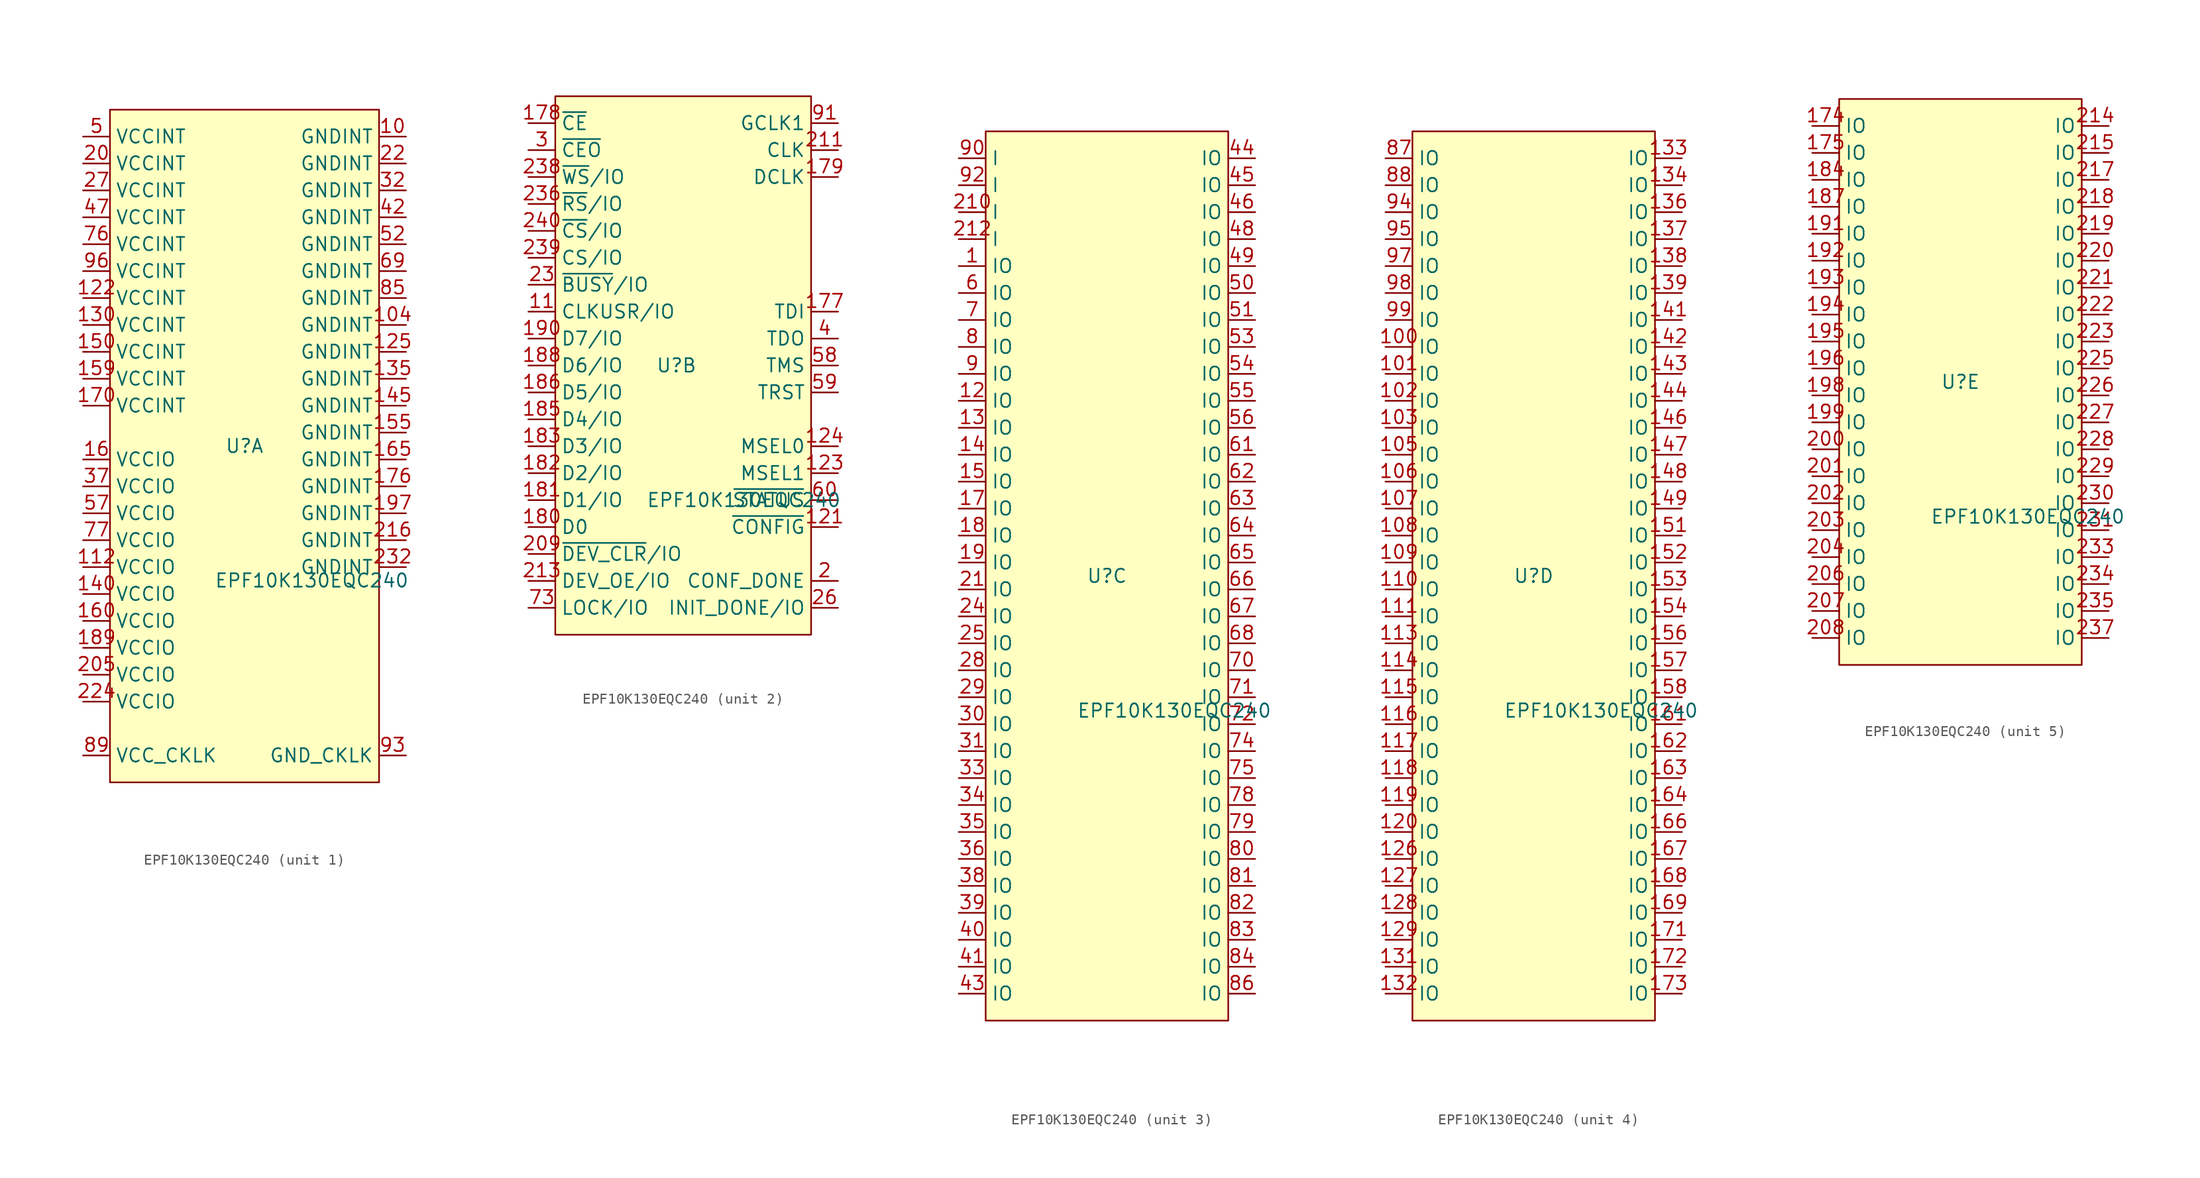
<source format=kicad_sym>
(kicad_symbol_lib
  (version 20220914)
  (generator kicad_symbol_editor)
  (symbol "EPF10K130EQC240"
    (property "Reference" "U"
      (at 0 0 0)
      (effects (font (size 1.27 1.27))))
    (property "Value" "EPF10K130EQC240"
      (at 6.35 -12.7 0)
      (effects (font (size 1.27 1.27))))
    (symbol "EPF10K130EQC240_1_1"
      (rectangle (start -12.7 31.75) (end 12.7 -31.75) (stroke (width 0) (type default)) (fill (type background)))
      (pin power_in line (at 15.24 29.21 180) (length 2.54) (name "GNDINT" (effects (font (size 1.27 1.27)))) (number "10" (effects (font (size 1.27 1.27)))))
      (pin power_in line (at 15.24 11.43 180) (length 2.54) (name "GNDINT" (effects (font (size 1.27 1.27)))) (number "104" (effects (font (size 1.27 1.27)))))
      (pin power_in line (at -15.24 -11.43 0) (length 2.54) (name "VCCIO" (effects (font (size 1.27 1.27)))) (number "112" (effects (font (size 1.27 1.27)))))
      (pin power_in line (at -15.24 13.97 0) (length 2.54) (name "VCCINT" (effects (font (size 1.27 1.27)))) (number "122" (effects (font (size 1.27 1.27)))))
      (pin power_in line (at 15.24 8.89 180) (length 2.54) (name "GNDINT" (effects (font (size 1.27 1.27)))) (number "125" (effects (font (size 1.27 1.27)))))
      (pin power_in line (at -15.24 11.43 0) (length 2.54) (name "VCCINT" (effects (font (size 1.27 1.27)))) (number "130" (effects (font (size 1.27 1.27)))))
      (pin power_in line (at 15.24 6.35 180) (length 2.54) (name "GNDINT" (effects (font (size 1.27 1.27)))) (number "135" (effects (font (size 1.27 1.27)))))
      (pin power_in line (at -15.24 -13.97 0) (length 2.54) (name "VCCIO" (effects (font (size 1.27 1.27)))) (number "140" (effects (font (size 1.27 1.27)))))
      (pin power_in line (at 15.24 3.81 180) (length 2.54) (name "GNDINT" (effects (font (size 1.27 1.27)))) (number "145" (effects (font (size 1.27 1.27)))))
      (pin power_in line (at -15.24 8.89 0) (length 2.54) (name "VCCINT" (effects (font (size 1.27 1.27)))) (number "150" (effects (font (size 1.27 1.27)))))
      (pin power_in line (at 15.24 1.27 180) (length 2.54) (name "GNDINT" (effects (font (size 1.27 1.27)))) (number "155" (effects (font (size 1.27 1.27)))))
      (pin power_in line (at -15.24 6.35 0) (length 2.54) (name "VCCINT" (effects (font (size 1.27 1.27)))) (number "159" (effects (font (size 1.27 1.27)))))
      (pin power_in line (at -15.24 -1.27 0) (length 2.54) (name "VCCIO" (effects (font (size 1.27 1.27)))) (number "16" (effects (font (size 1.27 1.27)))))
      (pin power_in line (at -15.24 -16.51 0) (length 2.54) (name "VCCIO" (effects (font (size 1.27 1.27)))) (number "160" (effects (font (size 1.27 1.27)))))
      (pin power_in line (at 15.24 -1.27 180) (length 2.54) (name "GNDINT" (effects (font (size 1.27 1.27)))) (number "165" (effects (font (size 1.27 1.27)))))
      (pin power_in line (at -15.24 3.81 0) (length 2.54) (name "VCCINT" (effects (font (size 1.27 1.27)))) (number "170" (effects (font (size 1.27 1.27)))))
      (pin power_in line (at 15.24 -3.81 180) (length 2.54) (name "GNDINT" (effects (font (size 1.27 1.27)))) (number "176" (effects (font (size 1.27 1.27)))))
      (pin power_in line (at -15.24 -19.05 0) (length 2.54) (name "VCCIO" (effects (font (size 1.27 1.27)))) (number "189" (effects (font (size 1.27 1.27)))))
      (pin power_in line (at 15.24 -6.35 180) (length 2.54) (name "GNDINT" (effects (font (size 1.27 1.27)))) (number "197" (effects (font (size 1.27 1.27)))))
      (pin power_in line (at -15.24 26.67 0) (length 2.54) (name "VCCINT" (effects (font (size 1.27 1.27)))) (number "20" (effects (font (size 1.27 1.27)))))
      (pin power_in line (at -15.24 -21.59 0) (length 2.54) (name "VCCIO" (effects (font (size 1.27 1.27)))) (number "205" (effects (font (size 1.27 1.27)))))
      (pin power_in line (at 15.24 -8.89 180) (length 2.54) (name "GNDINT" (effects (font (size 1.27 1.27)))) (number "216" (effects (font (size 1.27 1.27)))))
      (pin power_in line (at 15.24 26.67 180) (length 2.54) (name "GNDINT" (effects (font (size 1.27 1.27)))) (number "22" (effects (font (size 1.27 1.27)))))
      (pin power_in line (at -15.24 -24.13 0) (length 2.54) (name "VCCIO" (effects (font (size 1.27 1.27)))) (number "224" (effects (font (size 1.27 1.27)))))
      (pin power_in line (at 15.24 -11.43 180) (length 2.54) (name "GNDINT" (effects (font (size 1.27 1.27)))) (number "232" (effects (font (size 1.27 1.27)))))
      (pin power_in line (at -15.24 24.13 0) (length 2.54) (name "VCCINT" (effects (font (size 1.27 1.27)))) (number "27" (effects (font (size 1.27 1.27)))))
      (pin power_in line (at 15.24 24.13 180) (length 2.54) (name "GNDINT" (effects (font (size 1.27 1.27)))) (number "32" (effects (font (size 1.27 1.27)))))
      (pin power_in line (at -15.24 -3.81 0) (length 2.54) (name "VCCIO" (effects (font (size 1.27 1.27)))) (number "37" (effects (font (size 1.27 1.27)))))
      (pin power_in line (at 15.24 21.59 180) (length 2.54) (name "GNDINT" (effects (font (size 1.27 1.27)))) (number "42" (effects (font (size 1.27 1.27)))))
      (pin power_in line (at -15.24 21.59 0) (length 2.54) (name "VCCINT" (effects (font (size 1.27 1.27)))) (number "47" (effects (font (size 1.27 1.27)))))
      (pin power_in line (at -15.24 29.21 0) (length 2.54) (name "VCCINT" (effects (font (size 1.27 1.27)))) (number "5" (effects (font (size 1.27 1.27)))))
      (pin power_in line (at 15.24 19.05 180) (length 2.54) (name "GNDINT" (effects (font (size 1.27 1.27)))) (number "52" (effects (font (size 1.27 1.27)))))
      (pin power_in line (at -15.24 -6.35 0) (length 2.54) (name "VCCIO" (effects (font (size 1.27 1.27)))) (number "57" (effects (font (size 1.27 1.27)))))
      (pin power_in line (at 15.24 16.51 180) (length 2.54) (name "GNDINT" (effects (font (size 1.27 1.27)))) (number "69" (effects (font (size 1.27 1.27)))))
      (pin power_in line (at -15.24 19.05 0) (length 2.54) (name "VCCINT" (effects (font (size 1.27 1.27)))) (number "76" (effects (font (size 1.27 1.27)))))
      (pin power_in line (at -15.24 -8.89 0) (length 2.54) (name "VCCIO" (effects (font (size 1.27 1.27)))) (number "77" (effects (font (size 1.27 1.27)))))
      (pin power_in line (at 15.24 13.97 180) (length 2.54) (name "GNDINT" (effects (font (size 1.27 1.27)))) (number "85" (effects (font (size 1.27 1.27)))))
      (pin output line (at -15.24 -29.21 0) (length 2.54) (name "VCC_CKLK" (effects (font (size 1.27 1.27)))) (number "89" (effects (font (size 1.27 1.27)))))
      (pin power_in line (at 15.24 -29.21 180) (length 2.54) (name "GND_CKLK" (effects (font (size 1.27 1.27)))) (number "93" (effects (font (size 1.27 1.27)))))
      (pin power_in line (at -15.24 16.51 0) (length 2.54) (name "VCCINT" (effects (font (size 1.27 1.27)))) (number "96" (effects (font (size 1.27 1.27))))))
    (symbol "EPF10K130EQC240_2_1"
      (rectangle (start -11.43 25.4) (end 12.7 -25.4) (stroke (width 0) (type default)) (fill (type background)))
      (pin output line (at -13.97 5.08 0) (length 2.54) (name "CLKUSR/IO" (effects (font (size 1.27 1.27)))) (number "11" (effects (font (size 1.27 1.27)))))
      (pin input line (at 15.24 -15.24 180) (length 2.54) (name "~{CONFIG}" (effects (font (size 1.27 1.27)))) (number "121" (effects (font (size 1.27 1.27)))))
      (pin input line (at 15.24 -10.16 180) (length 2.54) (name "MSEL1" (effects (font (size 1.27 1.27)))) (number "123" (effects (font (size 1.27 1.27)))))
      (pin input line (at 15.24 -7.62 180) (length 2.54) (name "MSEL0" (effects (font (size 1.27 1.27)))) (number "124" (effects (font (size 1.27 1.27)))))
      (pin input line (at 15.24 5.08 180) (length 2.54) (name "TDI" (effects (font (size 1.27 1.27)))) (number "177" (effects (font (size 1.27 1.27)))))
      (pin input line (at -13.97 22.86 0) (length 2.54) (name "~{CE}" (effects (font (size 1.27 1.27)))) (number "178" (effects (font (size 1.27 1.27)))))
      (pin input line (at 15.24 17.78 180) (length 2.54) (name "DCLK" (effects (font (size 1.27 1.27)))) (number "179" (effects (font (size 1.27 1.27)))))
      (pin bidirectional line (at -13.97 -15.24 0) (length 2.54) (name "D0" (effects (font (size 1.27 1.27)))) (number "180" (effects (font (size 1.27 1.27)))))
      (pin input line (at -13.97 -12.7 0) (length 2.54) (name "D1/IO" (effects (font (size 1.27 1.27)))) (number "181" (effects (font (size 1.27 1.27)))))
      (pin bidirectional line (at -13.97 -10.16 0) (length 2.54) (name "D2/IO" (effects (font (size 1.27 1.27)))) (number "182" (effects (font (size 1.27 1.27)))))
      (pin input line (at -13.97 -7.62 0) (length 2.54) (name "D3/IO" (effects (font (size 1.27 1.27)))) (number "183" (effects (font (size 1.27 1.27)))))
      (pin bidirectional line (at -13.97 -5.08 0) (length 2.54) (name "D4/IO" (effects (font (size 1.27 1.27)))) (number "185" (effects (font (size 1.27 1.27)))))
      (pin bidirectional line (at -13.97 -2.54 0) (length 2.54) (name "D5/IO" (effects (font (size 1.27 1.27)))) (number "186" (effects (font (size 1.27 1.27)))))
      (pin bidirectional line (at -13.97 0 0) (length 2.54) (name "D6/IO" (effects (font (size 1.27 1.27)))) (number "188" (effects (font (size 1.27 1.27)))))
      (pin bidirectional line (at -13.97 2.54 0) (length 2.54) (name "D7/IO" (effects (font (size 1.27 1.27)))) (number "190" (effects (font (size 1.27 1.27)))))
      (pin output line (at 15.24 -20.32 180) (length 2.54) (name "CONF_DONE" (effects (font (size 1.27 1.27)))) (number "2" (effects (font (size 1.27 1.27)))))
      (pin bidirectional line (at -13.97 -17.78 0) (length 2.54) (name "~{DEV_CLR}/IO" (effects (font (size 1.27 1.27)))) (number "209" (effects (font (size 1.27 1.27)))))
      (pin input line (at 15.24 20.32 180) (length 2.54) (name "CLK" (effects (font (size 1.27 1.27)))) (number "211" (effects (font (size 1.27 1.27)))))
      (pin bidirectional line (at -13.97 -20.32 0) (length 2.54) (name "DEV_OE/IO" (effects (font (size 1.27 1.27)))) (number "213" (effects (font (size 1.27 1.27)))))
      (pin output line (at -13.97 7.62 0) (length 2.54) (name "~{BUSY}/IO" (effects (font (size 1.27 1.27)))) (number "23" (effects (font (size 1.27 1.27)))))
      (pin bidirectional line (at -13.97 15.24 0) (length 2.54) (name "~{RS}/IO" (effects (font (size 1.27 1.27)))) (number "236" (effects (font (size 1.27 1.27)))))
      (pin bidirectional line (at -13.97 17.78 0) (length 2.54) (name "~{WS}/IO" (effects (font (size 1.27 1.27)))) (number "238" (effects (font (size 1.27 1.27)))))
      (pin bidirectional line (at -13.97 10.16 0) (length 2.54) (name "CS/IO" (effects (font (size 1.27 1.27)))) (number "239" (effects (font (size 1.27 1.27)))))
      (pin bidirectional line (at -13.97 12.7 0) (length 2.54) (name "~{CS}/IO" (effects (font (size 1.27 1.27)))) (number "240" (effects (font (size 1.27 1.27)))))
      (pin output line (at 15.24 -22.86 180) (length 2.54) (name "INIT_DONE/IO" (effects (font (size 1.27 1.27)))) (number "26" (effects (font (size 1.27 1.27)))))
      (pin output line (at -13.97 20.32 0) (length 2.54) (name "~{CEO}" (effects (font (size 1.27 1.27)))) (number "3" (effects (font (size 1.27 1.27)))))
      (pin output line (at 15.24 2.54 180) (length 2.54) (name "TDO" (effects (font (size 1.27 1.27)))) (number "4" (effects (font (size 1.27 1.27)))))
      (pin output line (at 15.24 0 180) (length 2.54) (name "TMS" (effects (font (size 1.27 1.27)))) (number "58" (effects (font (size 1.27 1.27)))))
      (pin output line (at 15.24 -2.54 180) (length 2.54) (name "TRST" (effects (font (size 1.27 1.27)))) (number "59" (effects (font (size 1.27 1.27)))))
      (pin output line (at 15.24 -12.7 180) (length 2.54) (name "~{STATUS}" (effects (font (size 1.27 1.27)))) (number "60" (effects (font (size 1.27 1.27)))))
      (pin output line (at -13.97 -22.86 0) (length 2.54) (name "LOCK/IO" (effects (font (size 1.27 1.27)))) (number "73" (effects (font (size 1.27 1.27)))))
      (pin output line (at 15.24 22.86 180) (length 2.54) (name "GCLK1" (effects (font (size 1.27 1.27)))) (number "91" (effects (font (size 1.27 1.27))))))
    (symbol "EPF10K130EQC240_3_0"
      (pin bidirectional line (at -13.97 29.21 0) (length 2.54) (name "IO" (effects (font (size 1.27 1.27)))) (number "1" (effects (font (size 1.27 1.27)))))
      (pin bidirectional line (at -13.97 16.51 0) (length 2.54) (name "IO" (effects (font (size 1.27 1.27)))) (number "12" (effects (font (size 1.27 1.27)))))
      (pin bidirectional line (at -13.97 13.97 0) (length 2.54) (name "IO" (effects (font (size 1.27 1.27)))) (number "13" (effects (font (size 1.27 1.27)))))
      (pin bidirectional line (at -13.97 11.43 0) (length 2.54) (name "IO" (effects (font (size 1.27 1.27)))) (number "14" (effects (font (size 1.27 1.27)))))
      (pin bidirectional line (at -13.97 8.89 0) (length 2.54) (name "IO" (effects (font (size 1.27 1.27)))) (number "15" (effects (font (size 1.27 1.27)))))
      (pin bidirectional line (at -13.97 6.35 0) (length 2.54) (name "IO" (effects (font (size 1.27 1.27)))) (number "17" (effects (font (size 1.27 1.27)))))
      (pin bidirectional line (at -13.97 3.81 0) (length 2.54) (name "IO" (effects (font (size 1.27 1.27)))) (number "18" (effects (font (size 1.27 1.27)))))
      (pin bidirectional line (at -13.97 1.27 0) (length 2.54) (name "IO" (effects (font (size 1.27 1.27)))) (number "19" (effects (font (size 1.27 1.27)))))
      (pin bidirectional line (at -13.97 -1.27 0) (length 2.54) (name "IO" (effects (font (size 1.27 1.27)))) (number "21" (effects (font (size 1.27 1.27)))))
      (pin bidirectional line (at -13.97 -3.81 0) (length 2.54) (name "IO" (effects (font (size 1.27 1.27)))) (number "24" (effects (font (size 1.27 1.27)))))
      (pin bidirectional line (at -13.97 -6.35 0) (length 2.54) (name "IO" (effects (font (size 1.27 1.27)))) (number "25" (effects (font (size 1.27 1.27)))))
      (pin bidirectional line (at -13.97 -8.89 0) (length 2.54) (name "IO" (effects (font (size 1.27 1.27)))) (number "28" (effects (font (size 1.27 1.27)))))
      (pin bidirectional line (at -13.97 -11.43 0) (length 2.54) (name "IO" (effects (font (size 1.27 1.27)))) (number "29" (effects (font (size 1.27 1.27)))))
      (pin bidirectional line (at -13.97 -13.97 0) (length 2.54) (name "IO" (effects (font (size 1.27 1.27)))) (number "30" (effects (font (size 1.27 1.27)))))
      (pin bidirectional line (at -13.97 -16.51 0) (length 2.54) (name "IO" (effects (font (size 1.27 1.27)))) (number "31" (effects (font (size 1.27 1.27)))))
      (pin bidirectional line (at -13.97 -19.05 0) (length 2.54) (name "IO" (effects (font (size 1.27 1.27)))) (number "33" (effects (font (size 1.27 1.27)))))
      (pin bidirectional line (at -13.97 -21.59 0) (length 2.54) (name "IO" (effects (font (size 1.27 1.27)))) (number "34" (effects (font (size 1.27 1.27)))))
      (pin bidirectional line (at -13.97 -24.13 0) (length 2.54) (name "IO" (effects (font (size 1.27 1.27)))) (number "35" (effects (font (size 1.27 1.27)))))
      (pin bidirectional line (at -13.97 -26.67 0) (length 2.54) (name "IO" (effects (font (size 1.27 1.27)))) (number "36" (effects (font (size 1.27 1.27)))))
      (pin bidirectional line (at -13.97 -29.21 0) (length 2.54) (name "IO" (effects (font (size 1.27 1.27)))) (number "38" (effects (font (size 1.27 1.27)))))
      (pin bidirectional line (at -13.97 -31.75 0) (length 2.54) (name "IO" (effects (font (size 1.27 1.27)))) (number "39" (effects (font (size 1.27 1.27)))))
      (pin bidirectional line (at -13.97 -34.29 0) (length 2.54) (name "IO" (effects (font (size 1.27 1.27)))) (number "40" (effects (font (size 1.27 1.27)))))
      (pin bidirectional line (at -13.97 -36.83 0) (length 2.54) (name "IO" (effects (font (size 1.27 1.27)))) (number "41" (effects (font (size 1.27 1.27)))))
      (pin bidirectional line (at -13.97 -39.37 0) (length 2.54) (name "IO" (effects (font (size 1.27 1.27)))) (number "43" (effects (font (size 1.27 1.27)))))
      (pin bidirectional line (at 13.97 39.37 180) (length 2.54) (name "IO" (effects (font (size 1.27 1.27)))) (number "44" (effects (font (size 1.27 1.27)))))
      (pin bidirectional line (at 13.97 36.83 180) (length 2.54) (name "IO" (effects (font (size 1.27 1.27)))) (number "45" (effects (font (size 1.27 1.27)))))
      (pin bidirectional line (at 13.97 34.29 180) (length 2.54) (name "IO" (effects (font (size 1.27 1.27)))) (number "46" (effects (font (size 1.27 1.27)))))
      (pin bidirectional line (at 13.97 31.75 180) (length 2.54) (name "IO" (effects (font (size 1.27 1.27)))) (number "48" (effects (font (size 1.27 1.27)))))
      (pin bidirectional line (at 13.97 29.21 180) (length 2.54) (name "IO" (effects (font (size 1.27 1.27)))) (number "49" (effects (font (size 1.27 1.27)))))
      (pin bidirectional line (at 13.97 26.67 180) (length 2.54) (name "IO" (effects (font (size 1.27 1.27)))) (number "50" (effects (font (size 1.27 1.27)))))
      (pin bidirectional line (at 13.97 24.13 180) (length 2.54) (name "IO" (effects (font (size 1.27 1.27)))) (number "51" (effects (font (size 1.27 1.27)))))
      (pin bidirectional line (at 13.97 21.59 180) (length 2.54) (name "IO" (effects (font (size 1.27 1.27)))) (number "53" (effects (font (size 1.27 1.27)))))
      (pin bidirectional line (at 13.97 19.05 180) (length 2.54) (name "IO" (effects (font (size 1.27 1.27)))) (number "54" (effects (font (size 1.27 1.27)))))
      (pin bidirectional line (at 13.97 16.51 180) (length 2.54) (name "IO" (effects (font (size 1.27 1.27)))) (number "55" (effects (font (size 1.27 1.27)))))
      (pin bidirectional line (at 13.97 13.97 180) (length 2.54) (name "IO" (effects (font (size 1.27 1.27)))) (number "56" (effects (font (size 1.27 1.27)))))
      (pin bidirectional line (at -13.97 26.67 0) (length 2.54) (name "IO" (effects (font (size 1.27 1.27)))) (number "6" (effects (font (size 1.27 1.27)))))
      (pin bidirectional line (at 13.97 11.43 180) (length 2.54) (name "IO" (effects (font (size 1.27 1.27)))) (number "61" (effects (font (size 1.27 1.27)))))
      (pin bidirectional line (at 13.97 8.89 180) (length 2.54) (name "IO" (effects (font (size 1.27 1.27)))) (number "62" (effects (font (size 1.27 1.27)))))
      (pin bidirectional line (at 13.97 6.35 180) (length 2.54) (name "IO" (effects (font (size 1.27 1.27)))) (number "63" (effects (font (size 1.27 1.27)))))
      (pin bidirectional line (at 13.97 3.81 180) (length 2.54) (name "IO" (effects (font (size 1.27 1.27)))) (number "64" (effects (font (size 1.27 1.27)))))
      (pin bidirectional line (at 13.97 1.27 180) (length 2.54) (name "IO" (effects (font (size 1.27 1.27)))) (number "65" (effects (font (size 1.27 1.27)))))
      (pin bidirectional line (at 13.97 -1.27 180) (length 2.54) (name "IO" (effects (font (size 1.27 1.27)))) (number "66" (effects (font (size 1.27 1.27)))))
      (pin bidirectional line (at 13.97 -3.81 180) (length 2.54) (name "IO" (effects (font (size 1.27 1.27)))) (number "67" (effects (font (size 1.27 1.27)))))
      (pin bidirectional line (at 13.97 -6.35 180) (length 2.54) (name "IO" (effects (font (size 1.27 1.27)))) (number "68" (effects (font (size 1.27 1.27)))))
      (pin bidirectional line (at -13.97 24.13 0) (length 2.54) (name "IO" (effects (font (size 1.27 1.27)))) (number "7" (effects (font (size 1.27 1.27)))))
      (pin bidirectional line (at 13.97 -8.89 180) (length 2.54) (name "IO" (effects (font (size 1.27 1.27)))) (number "70" (effects (font (size 1.27 1.27)))))
      (pin bidirectional line (at 13.97 -11.43 180) (length 2.54) (name "IO" (effects (font (size 1.27 1.27)))) (number "71" (effects (font (size 1.27 1.27)))))
      (pin bidirectional line (at 13.97 -13.97 180) (length 2.54) (name "IO" (effects (font (size 1.27 1.27)))) (number "72" (effects (font (size 1.27 1.27)))))
      (pin bidirectional line (at 13.97 -16.51 180) (length 2.54) (name "IO" (effects (font (size 1.27 1.27)))) (number "74" (effects (font (size 1.27 1.27)))))
      (pin bidirectional line (at 13.97 -19.05 180) (length 2.54) (name "IO" (effects (font (size 1.27 1.27)))) (number "75" (effects (font (size 1.27 1.27)))))
      (pin bidirectional line (at 13.97 -21.59 180) (length 2.54) (name "IO" (effects (font (size 1.27 1.27)))) (number "78" (effects (font (size 1.27 1.27)))))
      (pin bidirectional line (at 13.97 -24.13 180) (length 2.54) (name "IO" (effects (font (size 1.27 1.27)))) (number "79" (effects (font (size 1.27 1.27)))))
      (pin bidirectional line (at -13.97 21.59 0) (length 2.54) (name "IO" (effects (font (size 1.27 1.27)))) (number "8" (effects (font (size 1.27 1.27)))))
      (pin bidirectional line (at 13.97 -26.67 180) (length 2.54) (name "IO" (effects (font (size 1.27 1.27)))) (number "80" (effects (font (size 1.27 1.27)))))
      (pin bidirectional line (at 13.97 -29.21 180) (length 2.54) (name "IO" (effects (font (size 1.27 1.27)))) (number "81" (effects (font (size 1.27 1.27)))))
      (pin bidirectional line (at 13.97 -31.75 180) (length 2.54) (name "IO" (effects (font (size 1.27 1.27)))) (number "82" (effects (font (size 1.27 1.27)))))
      (pin bidirectional line (at 13.97 -34.29 180) (length 2.54) (name "IO" (effects (font (size 1.27 1.27)))) (number "83" (effects (font (size 1.27 1.27)))))
      (pin bidirectional line (at 13.97 -36.83 180) (length 2.54) (name "IO" (effects (font (size 1.27 1.27)))) (number "84" (effects (font (size 1.27 1.27)))))
      (pin bidirectional line (at 13.97 -39.37 180) (length 2.54) (name "IO" (effects (font (size 1.27 1.27)))) (number "86" (effects (font (size 1.27 1.27)))))
      (pin bidirectional line (at -13.97 19.05 0) (length 2.54) (name "IO" (effects (font (size 1.27 1.27)))) (number "9" (effects (font (size 1.27 1.27))))))
    (symbol "EPF10K130EQC240_3_1"
      (rectangle (start -11.43 41.91) (end 11.43 -41.91) (stroke (width 0) (type default)) (fill (type background)))
      (pin input line (at -13.97 34.29 0) (length 2.54) (name "I" (effects (font (size 1.27 1.27)))) (number "210" (effects (font (size 1.27 1.27)))))
      (pin input line (at -13.97 31.75 0) (length 2.54) (name "I" (effects (font (size 1.27 1.27)))) (number "212" (effects (font (size 1.27 1.27)))))
      (pin input line (at -13.97 39.37 0) (length 2.54) (name "I" (effects (font (size 1.27 1.27)))) (number "90" (effects (font (size 1.27 1.27)))))
      (pin input line (at -13.97 36.83 0) (length 2.54) (name "I" (effects (font (size 1.27 1.27)))) (number "92" (effects (font (size 1.27 1.27))))))
    (symbol "EPF10K130EQC240_4_0"
      (pin bidirectional line (at -13.97 21.59 0) (length 2.54) (name "IO" (effects (font (size 1.27 1.27)))) (number "100" (effects (font (size 1.27 1.27)))))
      (pin bidirectional line (at -13.97 19.05 0) (length 2.54) (name "IO" (effects (font (size 1.27 1.27)))) (number "101" (effects (font (size 1.27 1.27)))))
      (pin bidirectional line (at -13.97 16.51 0) (length 2.54) (name "IO" (effects (font (size 1.27 1.27)))) (number "102" (effects (font (size 1.27 1.27)))))
      (pin bidirectional line (at -13.97 13.97 0) (length 2.54) (name "IO" (effects (font (size 1.27 1.27)))) (number "103" (effects (font (size 1.27 1.27)))))
      (pin bidirectional line (at -13.97 11.43 0) (length 2.54) (name "IO" (effects (font (size 1.27 1.27)))) (number "105" (effects (font (size 1.27 1.27)))))
      (pin bidirectional line (at -13.97 8.89 0) (length 2.54) (name "IO" (effects (font (size 1.27 1.27)))) (number "106" (effects (font (size 1.27 1.27)))))
      (pin bidirectional line (at -13.97 6.35 0) (length 2.54) (name "IO" (effects (font (size 1.27 1.27)))) (number "107" (effects (font (size 1.27 1.27)))))
      (pin bidirectional line (at -13.97 3.81 0) (length 2.54) (name "IO" (effects (font (size 1.27 1.27)))) (number "108" (effects (font (size 1.27 1.27)))))
      (pin bidirectional line (at -13.97 1.27 0) (length 2.54) (name "IO" (effects (font (size 1.27 1.27)))) (number "109" (effects (font (size 1.27 1.27)))))
      (pin bidirectional line (at -13.97 -1.27 0) (length 2.54) (name "IO" (effects (font (size 1.27 1.27)))) (number "110" (effects (font (size 1.27 1.27)))))
      (pin bidirectional line (at -13.97 -3.81 0) (length 2.54) (name "IO" (effects (font (size 1.27 1.27)))) (number "111" (effects (font (size 1.27 1.27)))))
      (pin bidirectional line (at -13.97 -6.35 0) (length 2.54) (name "IO" (effects (font (size 1.27 1.27)))) (number "113" (effects (font (size 1.27 1.27)))))
      (pin bidirectional line (at -13.97 -8.89 0) (length 2.54) (name "IO" (effects (font (size 1.27 1.27)))) (number "114" (effects (font (size 1.27 1.27)))))
      (pin bidirectional line (at -13.97 -11.43 0) (length 2.54) (name "IO" (effects (font (size 1.27 1.27)))) (number "115" (effects (font (size 1.27 1.27)))))
      (pin bidirectional line (at -13.97 -13.97 0) (length 2.54) (name "IO" (effects (font (size 1.27 1.27)))) (number "116" (effects (font (size 1.27 1.27)))))
      (pin bidirectional line (at -13.97 -16.51 0) (length 2.54) (name "IO" (effects (font (size 1.27 1.27)))) (number "117" (effects (font (size 1.27 1.27)))))
      (pin bidirectional line (at -13.97 -19.05 0) (length 2.54) (name "IO" (effects (font (size 1.27 1.27)))) (number "118" (effects (font (size 1.27 1.27)))))
      (pin bidirectional line (at -13.97 -21.59 0) (length 2.54) (name "IO" (effects (font (size 1.27 1.27)))) (number "119" (effects (font (size 1.27 1.27)))))
      (pin bidirectional line (at -13.97 -24.13 0) (length 2.54) (name "IO" (effects (font (size 1.27 1.27)))) (number "120" (effects (font (size 1.27 1.27)))))
      (pin bidirectional line (at -13.97 -26.67 0) (length 2.54) (name "IO" (effects (font (size 1.27 1.27)))) (number "126" (effects (font (size 1.27 1.27)))))
      (pin bidirectional line (at -13.97 -29.21 0) (length 2.54) (name "IO" (effects (font (size 1.27 1.27)))) (number "127" (effects (font (size 1.27 1.27)))))
      (pin bidirectional line (at -13.97 -31.75 0) (length 2.54) (name "IO" (effects (font (size 1.27 1.27)))) (number "128" (effects (font (size 1.27 1.27)))))
      (pin bidirectional line (at -13.97 -34.29 0) (length 2.54) (name "IO" (effects (font (size 1.27 1.27)))) (number "129" (effects (font (size 1.27 1.27)))))
      (pin bidirectional line (at -13.97 -36.83 0) (length 2.54) (name "IO" (effects (font (size 1.27 1.27)))) (number "131" (effects (font (size 1.27 1.27)))))
      (pin bidirectional line (at -13.97 -39.37 0) (length 2.54) (name "IO" (effects (font (size 1.27 1.27)))) (number "132" (effects (font (size 1.27 1.27)))))
      (pin bidirectional line (at 13.97 39.37 180) (length 2.54) (name "IO" (effects (font (size 1.27 1.27)))) (number "133" (effects (font (size 1.27 1.27)))))
      (pin bidirectional line (at 13.97 36.83 180) (length 2.54) (name "IO" (effects (font (size 1.27 1.27)))) (number "134" (effects (font (size 1.27 1.27)))))
      (pin bidirectional line (at 13.97 34.29 180) (length 2.54) (name "IO" (effects (font (size 1.27 1.27)))) (number "136" (effects (font (size 1.27 1.27)))))
      (pin bidirectional line (at 13.97 31.75 180) (length 2.54) (name "IO" (effects (font (size 1.27 1.27)))) (number "137" (effects (font (size 1.27 1.27)))))
      (pin bidirectional line (at 13.97 29.21 180) (length 2.54) (name "IO" (effects (font (size 1.27 1.27)))) (number "138" (effects (font (size 1.27 1.27)))))
      (pin bidirectional line (at 13.97 26.67 180) (length 2.54) (name "IO" (effects (font (size 1.27 1.27)))) (number "139" (effects (font (size 1.27 1.27)))))
      (pin bidirectional line (at 13.97 24.13 180) (length 2.54) (name "IO" (effects (font (size 1.27 1.27)))) (number "141" (effects (font (size 1.27 1.27)))))
      (pin bidirectional line (at 13.97 21.59 180) (length 2.54) (name "IO" (effects (font (size 1.27 1.27)))) (number "142" (effects (font (size 1.27 1.27)))))
      (pin bidirectional line (at 13.97 19.05 180) (length 2.54) (name "IO" (effects (font (size 1.27 1.27)))) (number "143" (effects (font (size 1.27 1.27)))))
      (pin bidirectional line (at 13.97 16.51 180) (length 2.54) (name "IO" (effects (font (size 1.27 1.27)))) (number "144" (effects (font (size 1.27 1.27)))))
      (pin bidirectional line (at 13.97 13.97 180) (length 2.54) (name "IO" (effects (font (size 1.27 1.27)))) (number "146" (effects (font (size 1.27 1.27)))))
      (pin bidirectional line (at 13.97 11.43 180) (length 2.54) (name "IO" (effects (font (size 1.27 1.27)))) (number "147" (effects (font (size 1.27 1.27)))))
      (pin bidirectional line (at 13.97 8.89 180) (length 2.54) (name "IO" (effects (font (size 1.27 1.27)))) (number "148" (effects (font (size 1.27 1.27)))))
      (pin bidirectional line (at 13.97 6.35 180) (length 2.54) (name "IO" (effects (font (size 1.27 1.27)))) (number "149" (effects (font (size 1.27 1.27)))))
      (pin bidirectional line (at 13.97 3.81 180) (length 2.54) (name "IO" (effects (font (size 1.27 1.27)))) (number "151" (effects (font (size 1.27 1.27)))))
      (pin bidirectional line (at 13.97 1.27 180) (length 2.54) (name "IO" (effects (font (size 1.27 1.27)))) (number "152" (effects (font (size 1.27 1.27)))))
      (pin bidirectional line (at 13.97 -1.27 180) (length 2.54) (name "IO" (effects (font (size 1.27 1.27)))) (number "153" (effects (font (size 1.27 1.27)))))
      (pin bidirectional line (at 13.97 -3.81 180) (length 2.54) (name "IO" (effects (font (size 1.27 1.27)))) (number "154" (effects (font (size 1.27 1.27)))))
      (pin bidirectional line (at 13.97 -6.35 180) (length 2.54) (name "IO" (effects (font (size 1.27 1.27)))) (number "156" (effects (font (size 1.27 1.27)))))
      (pin bidirectional line (at 13.97 -8.89 180) (length 2.54) (name "IO" (effects (font (size 1.27 1.27)))) (number "157" (effects (font (size 1.27 1.27)))))
      (pin bidirectional line (at 13.97 -11.43 180) (length 2.54) (name "IO" (effects (font (size 1.27 1.27)))) (number "158" (effects (font (size 1.27 1.27)))))
      (pin bidirectional line (at 13.97 -13.97 180) (length 2.54) (name "IO" (effects (font (size 1.27 1.27)))) (number "161" (effects (font (size 1.27 1.27)))))
      (pin bidirectional line (at 13.97 -16.51 180) (length 2.54) (name "IO" (effects (font (size 1.27 1.27)))) (number "162" (effects (font (size 1.27 1.27)))))
      (pin bidirectional line (at 13.97 -19.05 180) (length 2.54) (name "IO" (effects (font (size 1.27 1.27)))) (number "163" (effects (font (size 1.27 1.27)))))
      (pin bidirectional line (at 13.97 -21.59 180) (length 2.54) (name "IO" (effects (font (size 1.27 1.27)))) (number "164" (effects (font (size 1.27 1.27)))))
      (pin bidirectional line (at 13.97 -24.13 180) (length 2.54) (name "IO" (effects (font (size 1.27 1.27)))) (number "166" (effects (font (size 1.27 1.27)))))
      (pin bidirectional line (at 13.97 -26.67 180) (length 2.54) (name "IO" (effects (font (size 1.27 1.27)))) (number "167" (effects (font (size 1.27 1.27)))))
      (pin bidirectional line (at 13.97 -29.21 180) (length 2.54) (name "IO" (effects (font (size 1.27 1.27)))) (number "168" (effects (font (size 1.27 1.27)))))
      (pin bidirectional line (at 13.97 -31.75 180) (length 2.54) (name "IO" (effects (font (size 1.27 1.27)))) (number "169" (effects (font (size 1.27 1.27)))))
      (pin bidirectional line (at 13.97 -34.29 180) (length 2.54) (name "IO" (effects (font (size 1.27 1.27)))) (number "171" (effects (font (size 1.27 1.27)))))
      (pin bidirectional line (at 13.97 -36.83 180) (length 2.54) (name "IO" (effects (font (size 1.27 1.27)))) (number "172" (effects (font (size 1.27 1.27)))))
      (pin bidirectional line (at 13.97 -39.37 180) (length 2.54) (name "IO" (effects (font (size 1.27 1.27)))) (number "173" (effects (font (size 1.27 1.27)))))
      (pin bidirectional line (at -13.97 39.37 0) (length 2.54) (name "IO" (effects (font (size 1.27 1.27)))) (number "87" (effects (font (size 1.27 1.27)))))
      (pin bidirectional line (at -13.97 36.83 0) (length 2.54) (name "IO" (effects (font (size 1.27 1.27)))) (number "88" (effects (font (size 1.27 1.27)))))
      (pin bidirectional line (at -13.97 34.29 0) (length 2.54) (name "IO" (effects (font (size 1.27 1.27)))) (number "94" (effects (font (size 1.27 1.27)))))
      (pin bidirectional line (at -13.97 31.75 0) (length 2.54) (name "IO" (effects (font (size 1.27 1.27)))) (number "95" (effects (font (size 1.27 1.27)))))
      (pin bidirectional line (at -13.97 29.21 0) (length 2.54) (name "IO" (effects (font (size 1.27 1.27)))) (number "97" (effects (font (size 1.27 1.27)))))
      (pin bidirectional line (at -13.97 26.67 0) (length 2.54) (name "IO" (effects (font (size 1.27 1.27)))) (number "98" (effects (font (size 1.27 1.27)))))
      (pin bidirectional line (at -13.97 24.13 0) (length 2.54) (name "IO" (effects (font (size 1.27 1.27)))) (number "99" (effects (font (size 1.27 1.27))))))
    (symbol "EPF10K130EQC240_4_1"
      (rectangle (start -11.43 41.91) (end 11.43 -41.91) (stroke (width 0) (type default)) (fill (type background))))
    (symbol "EPF10K130EQC240_5_0"
      (pin bidirectional line (at -13.97 24.13 0) (length 2.54) (name "IO" (effects (font (size 1.27 1.27)))) (number "174" (effects (font (size 1.27 1.27)))))
      (pin bidirectional line (at -13.97 21.59 0) (length 2.54) (name "IO" (effects (font (size 1.27 1.27)))) (number "175" (effects (font (size 1.27 1.27)))))
      (pin bidirectional line (at -13.97 19.05 0) (length 2.54) (name "IO" (effects (font (size 1.27 1.27)))) (number "184" (effects (font (size 1.27 1.27)))))
      (pin bidirectional line (at -13.97 16.51 0) (length 2.54) (name "IO" (effects (font (size 1.27 1.27)))) (number "187" (effects (font (size 1.27 1.27)))))
      (pin bidirectional line (at -13.97 13.97 0) (length 2.54) (name "IO" (effects (font (size 1.27 1.27)))) (number "191" (effects (font (size 1.27 1.27)))))
      (pin bidirectional line (at -13.97 11.43 0) (length 2.54) (name "IO" (effects (font (size 1.27 1.27)))) (number "192" (effects (font (size 1.27 1.27)))))
      (pin bidirectional line (at -13.97 8.89 0) (length 2.54) (name "IO" (effects (font (size 1.27 1.27)))) (number "193" (effects (font (size 1.27 1.27)))))
      (pin bidirectional line (at -13.97 6.35 0) (length 2.54) (name "IO" (effects (font (size 1.27 1.27)))) (number "194" (effects (font (size 1.27 1.27)))))
      (pin bidirectional line (at -13.97 3.81 0) (length 2.54) (name "IO" (effects (font (size 1.27 1.27)))) (number "195" (effects (font (size 1.27 1.27)))))
      (pin bidirectional line (at -13.97 1.27 0) (length 2.54) (name "IO" (effects (font (size 1.27 1.27)))) (number "196" (effects (font (size 1.27 1.27)))))
      (pin bidirectional line (at -13.97 -1.27 0) (length 2.54) (name "IO" (effects (font (size 1.27 1.27)))) (number "198" (effects (font (size 1.27 1.27)))))
      (pin bidirectional line (at -13.97 -3.81 0) (length 2.54) (name "IO" (effects (font (size 1.27 1.27)))) (number "199" (effects (font (size 1.27 1.27)))))
      (pin bidirectional line (at -13.97 -6.35 0) (length 2.54) (name "IO" (effects (font (size 1.27 1.27)))) (number "200" (effects (font (size 1.27 1.27)))))
      (pin bidirectional line (at -13.97 -8.89 0) (length 2.54) (name "IO" (effects (font (size 1.27 1.27)))) (number "201" (effects (font (size 1.27 1.27)))))
      (pin bidirectional line (at -13.97 -11.43 0) (length 2.54) (name "IO" (effects (font (size 1.27 1.27)))) (number "202" (effects (font (size 1.27 1.27)))))
      (pin bidirectional line (at -13.97 -13.97 0) (length 2.54) (name "IO" (effects (font (size 1.27 1.27)))) (number "203" (effects (font (size 1.27 1.27)))))
      (pin bidirectional line (at -13.97 -16.51 0) (length 2.54) (name "IO" (effects (font (size 1.27 1.27)))) (number "204" (effects (font (size 1.27 1.27)))))
      (pin bidirectional line (at -13.97 -19.05 0) (length 2.54) (name "IO" (effects (font (size 1.27 1.27)))) (number "206" (effects (font (size 1.27 1.27)))))
      (pin bidirectional line (at -13.97 -21.59 0) (length 2.54) (name "IO" (effects (font (size 1.27 1.27)))) (number "207" (effects (font (size 1.27 1.27)))))
      (pin bidirectional line (at -13.97 -24.13 0) (length 2.54) (name "IO" (effects (font (size 1.27 1.27)))) (number "208" (effects (font (size 1.27 1.27)))))
      (pin bidirectional line (at 13.97 24.13 180) (length 2.54) (name "IO" (effects (font (size 1.27 1.27)))) (number "214" (effects (font (size 1.27 1.27)))))
      (pin bidirectional line (at 13.97 21.59 180) (length 2.54) (name "IO" (effects (font (size 1.27 1.27)))) (number "215" (effects (font (size 1.27 1.27)))))
      (pin bidirectional line (at 13.97 19.05 180) (length 2.54) (name "IO" (effects (font (size 1.27 1.27)))) (number "217" (effects (font (size 1.27 1.27)))))
      (pin bidirectional line (at 13.97 16.51 180) (length 2.54) (name "IO" (effects (font (size 1.27 1.27)))) (number "218" (effects (font (size 1.27 1.27)))))
      (pin bidirectional line (at 13.97 13.97 180) (length 2.54) (name "IO" (effects (font (size 1.27 1.27)))) (number "219" (effects (font (size 1.27 1.27)))))
      (pin bidirectional line (at 13.97 11.43 180) (length 2.54) (name "IO" (effects (font (size 1.27 1.27)))) (number "220" (effects (font (size 1.27 1.27)))))
      (pin bidirectional line (at 13.97 8.89 180) (length 2.54) (name "IO" (effects (font (size 1.27 1.27)))) (number "221" (effects (font (size 1.27 1.27)))))
      (pin bidirectional line (at 13.97 6.35 180) (length 2.54) (name "IO" (effects (font (size 1.27 1.27)))) (number "222" (effects (font (size 1.27 1.27)))))
      (pin bidirectional line (at 13.97 3.81 180) (length 2.54) (name "IO" (effects (font (size 1.27 1.27)))) (number "223" (effects (font (size 1.27 1.27)))))
      (pin bidirectional line (at 13.97 1.27 180) (length 2.54) (name "IO" (effects (font (size 1.27 1.27)))) (number "225" (effects (font (size 1.27 1.27)))))
      (pin bidirectional line (at 13.97 -1.27 180) (length 2.54) (name "IO" (effects (font (size 1.27 1.27)))) (number "226" (effects (font (size 1.27 1.27)))))
      (pin bidirectional line (at 13.97 -3.81 180) (length 2.54) (name "IO" (effects (font (size 1.27 1.27)))) (number "227" (effects (font (size 1.27 1.27)))))
      (pin bidirectional line (at 13.97 -6.35 180) (length 2.54) (name "IO" (effects (font (size 1.27 1.27)))) (number "228" (effects (font (size 1.27 1.27)))))
      (pin bidirectional line (at 13.97 -8.89 180) (length 2.54) (name "IO" (effects (font (size 1.27 1.27)))) (number "229" (effects (font (size 1.27 1.27)))))
      (pin bidirectional line (at 13.97 -11.43 180) (length 2.54) (name "IO" (effects (font (size 1.27 1.27)))) (number "230" (effects (font (size 1.27 1.27)))))
      (pin bidirectional line (at 13.97 -13.97 180) (length 2.54) (name "IO" (effects (font (size 1.27 1.27)))) (number "231" (effects (font (size 1.27 1.27)))))
      (pin bidirectional line (at 13.97 -16.51 180) (length 2.54) (name "IO" (effects (font (size 1.27 1.27)))) (number "233" (effects (font (size 1.27 1.27)))))
      (pin bidirectional line (at 13.97 -19.05 180) (length 2.54) (name "IO" (effects (font (size 1.27 1.27)))) (number "234" (effects (font (size 1.27 1.27)))))
      (pin bidirectional line (at 13.97 -21.59 180) (length 2.54) (name "IO" (effects (font (size 1.27 1.27)))) (number "235" (effects (font (size 1.27 1.27)))))
      (pin bidirectional line (at 13.97 -24.13 180) (length 2.54) (name "IO" (effects (font (size 1.27 1.27)))) (number "237" (effects (font (size 1.27 1.27))))))
    (symbol "EPF10K130EQC240_5_1"
      (rectangle (start -11.43 26.67) (end 11.43 -26.67) (stroke (width 0) (type default)) (fill (type background))))))
</source>
